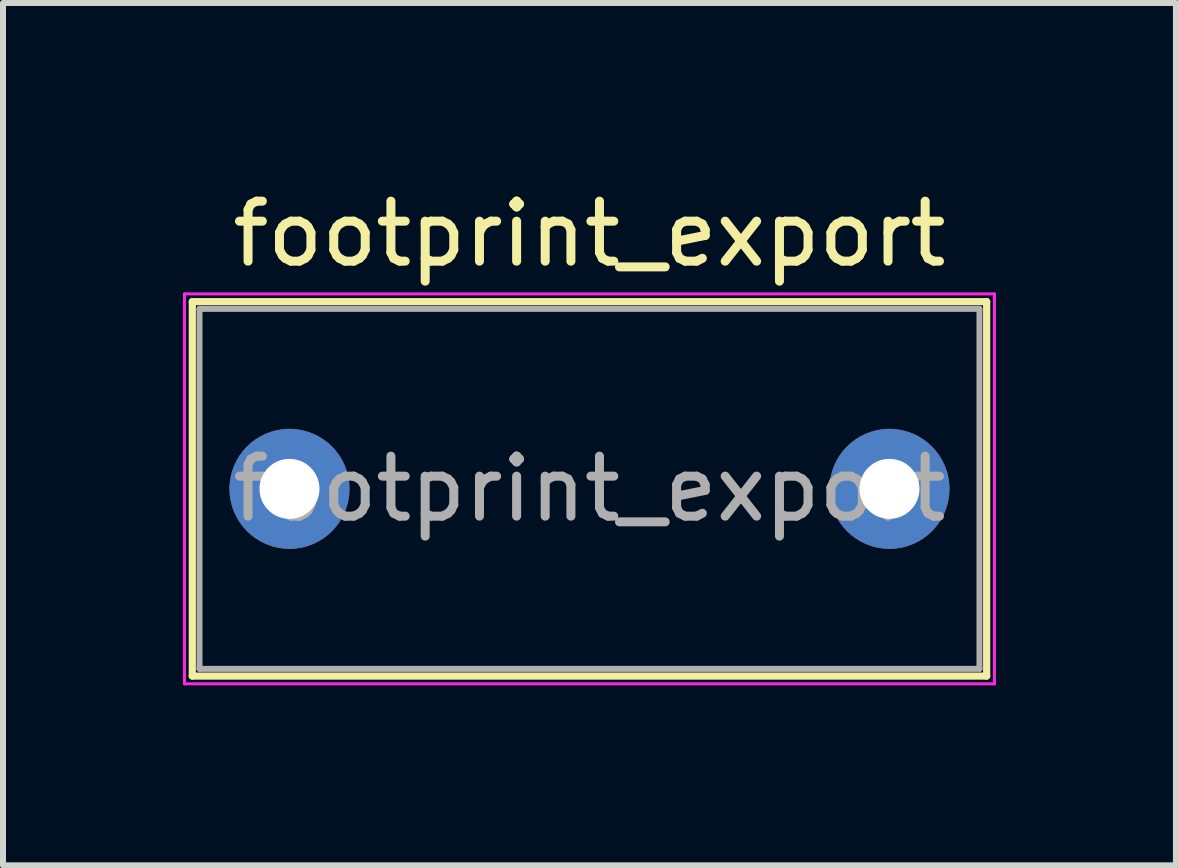
<source format=kicad_pcb>
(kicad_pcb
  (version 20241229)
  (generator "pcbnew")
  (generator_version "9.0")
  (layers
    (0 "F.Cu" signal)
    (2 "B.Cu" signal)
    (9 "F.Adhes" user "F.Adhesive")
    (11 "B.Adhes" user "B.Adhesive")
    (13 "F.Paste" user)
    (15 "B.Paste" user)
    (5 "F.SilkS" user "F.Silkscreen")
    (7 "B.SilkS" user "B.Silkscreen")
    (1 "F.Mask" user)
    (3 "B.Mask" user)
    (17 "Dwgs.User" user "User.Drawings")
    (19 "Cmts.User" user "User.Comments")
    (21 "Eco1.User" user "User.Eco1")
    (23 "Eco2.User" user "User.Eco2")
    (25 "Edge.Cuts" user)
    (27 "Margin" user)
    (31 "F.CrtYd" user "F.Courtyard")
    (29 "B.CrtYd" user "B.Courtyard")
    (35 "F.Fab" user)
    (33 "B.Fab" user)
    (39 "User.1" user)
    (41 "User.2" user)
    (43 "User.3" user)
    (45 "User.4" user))
  (footprint "footprint_export"
    (layer "F.Cu")
    (at 1.775 5.098)
    (property "Reference" "footprint_export" (at 5 -4.25 0) (layer "F.SilkS") (effects (font (size 1 1) (thickness 0.15))))
    (attr through_hole)
    (fp_line (start -1.62 -3.12) (end -1.62 3.12) (stroke (width 0.12) (type solid)) (layer "F.SilkS"))
    (fp_line (start -1.62 -3.12) (end 11.62 -3.12) (stroke (width 0.12) (type solid)) (layer "F.SilkS"))
    (fp_line (start -1.62 3.12) (end 11.62 3.12) (stroke (width 0.12) (type solid)) (layer "F.SilkS"))
    (fp_line (start 11.62 -3.12) (end 11.62 3.12) (stroke (width 0.12) (type solid)) (layer "F.SilkS"))
    (fp_line (start -1.75 -3.25) (end -1.75 3.25) (stroke (width 0.05) (type solid)) (layer "F.CrtYd"))
    (fp_line (start -1.75 3.25) (end 11.75 3.25) (stroke (width 0.05) (type solid)) (layer "F.CrtYd"))
    (fp_line (start 11.75 -3.25) (end -1.75 -3.25) (stroke (width 0.05) (type solid)) (layer "F.CrtYd"))
    (fp_line (start 11.75 3.25) (end 11.75 -3.25) (stroke (width 0.05) (type solid)) (layer "F.CrtYd"))
    (fp_line (start -1.5 -3) (end -1.5 3) (stroke (width 0.1) (type solid)) (layer "F.Fab"))
    (fp_line (start -1.5 3) (end 11.5 3) (stroke (width 0.1) (type solid)) (layer "F.Fab"))
    (fp_line (start 11.5 -3) (end -1.5 -3) (stroke (width 0.1) (type solid)) (layer "F.Fab"))
    (fp_line (start 11.5 3) (end 11.5 -3) (stroke (width 0.1) (type solid)) (layer "F.Fab"))
    (fp_text user "${REFERENCE}" (at 5 0 0) (layer "F.Fab") (effects (font (size 1 1) (thickness 0.15))))
    (pad "1" thru_hole circle (at 0 0) (size 2 2) (drill 1) (layers "*.Cu" "*.Mask"))
    (pad "2" thru_hole circle (at 10 0) (size 2 2) (drill 1) (layers "*.Cu" "*.Mask")))
  (gr_rect
    (start -3 -3)
    (end 16.55 11.373)
    (stroke (width 0.1) (type default))
    (fill no)
    (layer "Edge.Cuts")))
</source>
